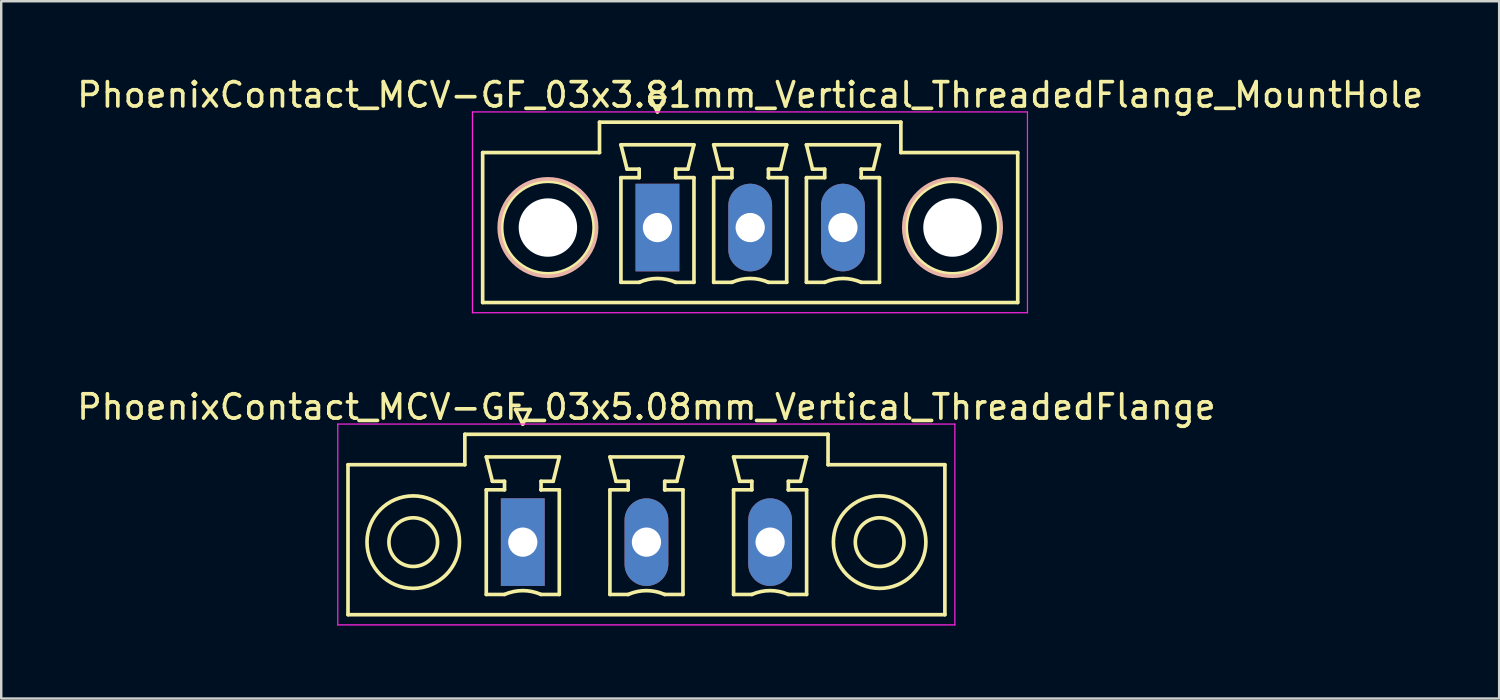
<source format=kicad_pcb>
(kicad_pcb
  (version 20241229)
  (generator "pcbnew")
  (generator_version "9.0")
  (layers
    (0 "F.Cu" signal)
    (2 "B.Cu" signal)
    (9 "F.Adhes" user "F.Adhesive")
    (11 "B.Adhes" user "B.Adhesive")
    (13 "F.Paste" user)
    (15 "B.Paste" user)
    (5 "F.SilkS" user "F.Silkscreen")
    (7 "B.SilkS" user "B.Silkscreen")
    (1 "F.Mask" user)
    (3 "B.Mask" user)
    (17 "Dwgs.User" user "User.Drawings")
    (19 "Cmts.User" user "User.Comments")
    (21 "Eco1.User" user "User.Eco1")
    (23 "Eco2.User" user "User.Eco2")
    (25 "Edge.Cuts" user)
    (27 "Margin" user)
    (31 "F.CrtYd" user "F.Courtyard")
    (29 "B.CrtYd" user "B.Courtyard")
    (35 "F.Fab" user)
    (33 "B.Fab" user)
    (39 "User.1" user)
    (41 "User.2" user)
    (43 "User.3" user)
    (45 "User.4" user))
  (footprint "PhoenixContact_MCV-GF_03x3.81mm_Vertical_ThreadedFlange_MountHole"
    (layer "F.Cu")
    (at 23.958 6.298)
    (property "Reference" "PhoenixContact_MCV-GF_03x3.81mm_Vertical_ThreadedFlange_MountHole" (at 3.81 -5.45 0) (layer "F.SilkS") (effects (font (size 1 1) (thickness 0.15))))
    (attr through_hole)
    (fp_line (start -7.18 -3.08) (end -7.18 3.08) (stroke (width 0.15) (type solid)) (layer "F.SilkS"))
    (fp_line (start -7.18 3.08) (end 14.8 3.08) (stroke (width 0.15) (type solid)) (layer "F.SilkS"))
    (fp_line (start -2.38 -4.33) (end -2.38 -3.08) (stroke (width 0.15) (type solid)) (layer "F.SilkS"))
    (fp_line (start -2.38 -3.08) (end -7.18 -3.08) (stroke (width 0.15) (type solid)) (layer "F.SilkS"))
    (fp_line (start -1.5 -3.4) (end 1.5 -3.4) (stroke (width 0.15) (type solid)) (layer "F.SilkS"))
    (fp_line (start -1.5 -2.05) (end -0.75 -2.05) (stroke (width 0.15) (type solid)) (layer "F.SilkS"))
    (fp_line (start -1.5 2.25) (end -1.5 -2.05) (stroke (width 0.15) (type solid)) (layer "F.SilkS"))
    (fp_line (start -1.25 -2.4) (end -1.5 -3.4) (stroke (width 0.15) (type solid)) (layer "F.SilkS"))
    (fp_line (start -0.75 -2.4) (end -1.25 -2.4) (stroke (width 0.15) (type solid)) (layer "F.SilkS"))
    (fp_line (start -0.75 -2.05) (end -0.75 -2.4) (stroke (width 0.15) (type solid)) (layer "F.SilkS"))
    (fp_line (start -0.75 2.25) (end -1.5 2.25) (stroke (width 0.15) (type solid)) (layer "F.SilkS"))
    (fp_line (start -0.3 -5.35) (end 0 -4.75) (stroke (width 0.15) (type solid)) (layer "F.SilkS"))
    (fp_line (start 0 -4.75) (end 0.3 -5.35) (stroke (width 0.15) (type solid)) (layer "F.SilkS"))
    (fp_line (start 0.3 -5.35) (end -0.3 -5.35) (stroke (width 0.15) (type solid)) (layer "F.SilkS"))
    (fp_line (start 0.75 -2.4) (end 0.75 -2.05) (stroke (width 0.15) (type solid)) (layer "F.SilkS"))
    (fp_line (start 0.75 -2.05) (end 0.75 -2.05) (stroke (width 0.15) (type solid)) (layer "F.SilkS"))
    (fp_line (start 0.75 -2.05) (end 1.5 -2.05) (stroke (width 0.15) (type solid)) (layer "F.SilkS"))
    (fp_line (start 1.25 -2.4) (end 0.75 -2.4) (stroke (width 0.15) (type solid)) (layer "F.SilkS"))
    (fp_line (start 1.5 -3.4) (end 1.25 -2.4) (stroke (width 0.15) (type solid)) (layer "F.SilkS"))
    (fp_line (start 1.5 -2.05) (end 1.5 2.25) (stroke (width 0.15) (type solid)) (layer "F.SilkS"))
    (fp_line (start 1.5 2.25) (end 0.75 2.25) (stroke (width 0.15) (type solid)) (layer "F.SilkS"))
    (fp_line (start 2.31 -3.4) (end 5.31 -3.4) (stroke (width 0.15) (type solid)) (layer "F.SilkS"))
    (fp_line (start 2.31 -2.05) (end 3.06 -2.05) (stroke (width 0.15) (type solid)) (layer "F.SilkS"))
    (fp_line (start 2.31 2.25) (end 2.31 -2.05) (stroke (width 0.15) (type solid)) (layer "F.SilkS"))
    (fp_line (start 2.56 -2.4) (end 2.31 -3.4) (stroke (width 0.15) (type solid)) (layer "F.SilkS"))
    (fp_line (start 3.06 -2.4) (end 2.56 -2.4) (stroke (width 0.15) (type solid)) (layer "F.SilkS"))
    (fp_line (start 3.06 -2.05) (end 3.06 -2.4) (stroke (width 0.15) (type solid)) (layer "F.SilkS"))
    (fp_line (start 3.06 2.25) (end 2.31 2.25) (stroke (width 0.15) (type solid)) (layer "F.SilkS"))
    (fp_line (start 4.56 -2.4) (end 4.56 -2.05) (stroke (width 0.15) (type solid)) (layer "F.SilkS"))
    (fp_line (start 4.56 -2.05) (end 4.56 -2.05) (stroke (width 0.15) (type solid)) (layer "F.SilkS"))
    (fp_line (start 4.56 -2.05) (end 5.31 -2.05) (stroke (width 0.15) (type solid)) (layer "F.SilkS"))
    (fp_line (start 5.06 -2.4) (end 4.56 -2.4) (stroke (width 0.15) (type solid)) (layer "F.SilkS"))
    (fp_line (start 5.31 -3.4) (end 5.06 -2.4) (stroke (width 0.15) (type solid)) (layer "F.SilkS"))
    (fp_line (start 5.31 -2.05) (end 5.31 2.25) (stroke (width 0.15) (type solid)) (layer "F.SilkS"))
    (fp_line (start 5.31 2.25) (end 4.56 2.25) (stroke (width 0.15) (type solid)) (layer "F.SilkS"))
    (fp_line (start 6.12 -3.4) (end 9.12 -3.4) (stroke (width 0.15) (type solid)) (layer "F.SilkS"))
    (fp_line (start 6.12 -2.05) (end 6.87 -2.05) (stroke (width 0.15) (type solid)) (layer "F.SilkS"))
    (fp_line (start 6.12 2.25) (end 6.12 -2.05) (stroke (width 0.15) (type solid)) (layer "F.SilkS"))
    (fp_line (start 6.37 -2.4) (end 6.12 -3.4) (stroke (width 0.15) (type solid)) (layer "F.SilkS"))
    (fp_line (start 6.87 -2.4) (end 6.37 -2.4) (stroke (width 0.15) (type solid)) (layer "F.SilkS"))
    (fp_line (start 6.87 -2.05) (end 6.87 -2.4) (stroke (width 0.15) (type solid)) (layer "F.SilkS"))
    (fp_line (start 6.87 2.25) (end 6.12 2.25) (stroke (width 0.15) (type solid)) (layer "F.SilkS"))
    (fp_line (start 8.37 -2.4) (end 8.37 -2.05) (stroke (width 0.15) (type solid)) (layer "F.SilkS"))
    (fp_line (start 8.37 -2.05) (end 8.37 -2.05) (stroke (width 0.15) (type solid)) (layer "F.SilkS"))
    (fp_line (start 8.37 -2.05) (end 9.12 -2.05) (stroke (width 0.15) (type solid)) (layer "F.SilkS"))
    (fp_line (start 8.87 -2.4) (end 8.37 -2.4) (stroke (width 0.15) (type solid)) (layer "F.SilkS"))
    (fp_line (start 9.12 -3.4) (end 8.87 -2.4) (stroke (width 0.15) (type solid)) (layer "F.SilkS"))
    (fp_line (start 9.12 -2.05) (end 9.12 2.25) (stroke (width 0.15) (type solid)) (layer "F.SilkS"))
    (fp_line (start 9.12 2.25) (end 8.37 2.25) (stroke (width 0.15) (type solid)) (layer "F.SilkS"))
    (fp_line (start 10 -4.33) (end -2.38 -4.33) (stroke (width 0.15) (type solid)) (layer "F.SilkS"))
    (fp_line (start 10 -3.08) (end 10 -4.33) (stroke (width 0.15) (type solid)) (layer "F.SilkS"))
    (fp_line (start 14.8 -3.08) (end 10 -3.08) (stroke (width 0.15) (type solid)) (layer "F.SilkS"))
    (fp_line (start 14.8 3.08) (end 14.8 -3.08) (stroke (width 0.15) (type solid)) (layer "F.SilkS"))
    (fp_arc (start -0.75 2.25) (mid -0.000193 2.09191) (end 0.749647 2.249844) (stroke (width 0.15) (type solid)) (layer "F.SilkS"))
    (fp_arc (start 3.06 2.25) (mid 3.809807 2.09191) (end 4.559647 2.249844) (stroke (width 0.15) (type solid)) (layer "F.SilkS"))
    (fp_arc (start 6.87 2.25) (mid 7.619807 2.09191) (end 8.369647 2.249844) (stroke (width 0.15) (type solid)) (layer "F.SilkS"))
    (fp_circle (center -4.5 0) (end -2.6 0) (stroke (width 0.15) (type solid)) (fill no) (layer "F.SilkS"))
    (fp_circle (center 12.12 0) (end 14.02 0) (stroke (width 0.15) (type solid)) (fill no) (layer "F.SilkS"))
    (fp_circle (center -4.5 0) (end -2.5 0) (stroke (width 0.15) (type solid)) (fill no) (layer "B.SilkS"))
    (fp_circle (center 12.12 0) (end 14.12 0) (stroke (width 0.15) (type solid)) (fill no) (layer "B.SilkS"))
    (fp_line (start -7.6 -4.75) (end -7.6 3.5) (stroke (width 0.05) (type solid)) (layer "F.CrtYd"))
    (fp_line (start -7.6 3.5) (end 15.2 3.5) (stroke (width 0.05) (type solid)) (layer "F.CrtYd"))
    (fp_line (start 15.2 -4.75) (end -7.6 -4.75) (stroke (width 0.05) (type solid)) (layer "F.CrtYd"))
    (fp_line (start 15.2 3.5) (end 15.2 -4.75) (stroke (width 0.05) (type solid)) (layer "F.CrtYd"))
    (pad "" np_thru_hole circle (at -4.5 0) (size 2.4 2.4) (drill 2.4) (layers "*.Cu" "*.Mask"))
    (pad "" np_thru_hole circle (at 12.12 0) (size 2.4 2.4) (drill 2.4) (layers "*.Cu" "*.Mask"))
    (pad "1" thru_hole rect (at 0 0) (size 1.8 3.6) (drill 1.2) (layers "*.Cu" "*.Mask"))
    (pad "2" thru_hole oval (at 3.81 0) (size 1.8 3.6) (drill 1.2) (layers "*.Cu" "*.Mask"))
    (pad "3" thru_hole oval (at 7.62 0) (size 1.8 3.6) (drill 1.2) (layers "*.Cu" "*.Mask")))
  (footprint "PhoenixContact_MCV-GF_03x5.08mm_Vertical_ThreadedFlange"
    (layer "F.Cu")
    (at 18.426 19.221)
    (property "Reference" "PhoenixContact_MCV-GF_03x5.08mm_Vertical_ThreadedFlange" (at 5.08 -5.55 0) (layer "F.SilkS") (effects (font (size 1 1) (thickness 0.15))))
    (attr through_hole)
    (fp_line (start -7.18 -3.18) (end -7.18 2.98) (stroke (width 0.15) (type solid)) (layer "F.SilkS"))
    (fp_line (start -7.18 2.98) (end 17.34 2.98) (stroke (width 0.15) (type solid)) (layer "F.SilkS"))
    (fp_line (start -2.38 -4.43) (end -2.38 -3.18) (stroke (width 0.15) (type solid)) (layer "F.SilkS"))
    (fp_line (start -2.38 -3.18) (end -7.18 -3.18) (stroke (width 0.15) (type solid)) (layer "F.SilkS"))
    (fp_line (start -1.5 -3.5) (end 1.5 -3.5) (stroke (width 0.15) (type solid)) (layer "F.SilkS"))
    (fp_line (start -1.5 -2.15) (end -0.75 -2.15) (stroke (width 0.15) (type solid)) (layer "F.SilkS"))
    (fp_line (start -1.5 2.15) (end -1.5 -2.15) (stroke (width 0.15) (type solid)) (layer "F.SilkS"))
    (fp_line (start -1.25 -2.5) (end -1.5 -3.5) (stroke (width 0.15) (type solid)) (layer "F.SilkS"))
    (fp_line (start -0.75 -2.5) (end -1.25 -2.5) (stroke (width 0.15) (type solid)) (layer "F.SilkS"))
    (fp_line (start -0.75 -2.15) (end -0.75 -2.5) (stroke (width 0.15) (type solid)) (layer "F.SilkS"))
    (fp_line (start -0.75 2.15) (end -1.5 2.15) (stroke (width 0.15) (type solid)) (layer "F.SilkS"))
    (fp_line (start -0.3 -5.45) (end 0 -4.85) (stroke (width 0.15) (type solid)) (layer "F.SilkS"))
    (fp_line (start 0 -4.85) (end 0.3 -5.45) (stroke (width 0.15) (type solid)) (layer "F.SilkS"))
    (fp_line (start 0.3 -5.45) (end -0.3 -5.45) (stroke (width 0.15) (type solid)) (layer "F.SilkS"))
    (fp_line (start 0.75 -2.5) (end 0.75 -2.15) (stroke (width 0.15) (type solid)) (layer "F.SilkS"))
    (fp_line (start 0.75 -2.15) (end 0.75 -2.15) (stroke (width 0.15) (type solid)) (layer "F.SilkS"))
    (fp_line (start 0.75 -2.15) (end 1.5 -2.15) (stroke (width 0.15) (type solid)) (layer "F.SilkS"))
    (fp_line (start 1.25 -2.5) (end 0.75 -2.5) (stroke (width 0.15) (type solid)) (layer "F.SilkS"))
    (fp_line (start 1.5 -3.5) (end 1.25 -2.5) (stroke (width 0.15) (type solid)) (layer "F.SilkS"))
    (fp_line (start 1.5 -2.15) (end 1.5 2.15) (stroke (width 0.15) (type solid)) (layer "F.SilkS"))
    (fp_line (start 1.5 2.15) (end 0.75 2.15) (stroke (width 0.15) (type solid)) (layer "F.SilkS"))
    (fp_line (start 3.58 -3.5) (end 6.58 -3.5) (stroke (width 0.15) (type solid)) (layer "F.SilkS"))
    (fp_line (start 3.58 -2.15) (end 4.33 -2.15) (stroke (width 0.15) (type solid)) (layer "F.SilkS"))
    (fp_line (start 3.58 2.15) (end 3.58 -2.15) (stroke (width 0.15) (type solid)) (layer "F.SilkS"))
    (fp_line (start 3.83 -2.5) (end 3.58 -3.5) (stroke (width 0.15) (type solid)) (layer "F.SilkS"))
    (fp_line (start 4.33 -2.5) (end 3.83 -2.5) (stroke (width 0.15) (type solid)) (layer "F.SilkS"))
    (fp_line (start 4.33 -2.15) (end 4.33 -2.5) (stroke (width 0.15) (type solid)) (layer "F.SilkS"))
    (fp_line (start 4.33 2.15) (end 3.58 2.15) (stroke (width 0.15) (type solid)) (layer "F.SilkS"))
    (fp_line (start 5.83 -2.5) (end 5.83 -2.15) (stroke (width 0.15) (type solid)) (layer "F.SilkS"))
    (fp_line (start 5.83 -2.15) (end 5.83 -2.15) (stroke (width 0.15) (type solid)) (layer "F.SilkS"))
    (fp_line (start 5.83 -2.15) (end 6.58 -2.15) (stroke (width 0.15) (type solid)) (layer "F.SilkS"))
    (fp_line (start 6.33 -2.5) (end 5.83 -2.5) (stroke (width 0.15) (type solid)) (layer "F.SilkS"))
    (fp_line (start 6.58 -3.5) (end 6.33 -2.5) (stroke (width 0.15) (type solid)) (layer "F.SilkS"))
    (fp_line (start 6.58 -2.15) (end 6.58 2.15) (stroke (width 0.15) (type solid)) (layer "F.SilkS"))
    (fp_line (start 6.58 2.15) (end 5.83 2.15) (stroke (width 0.15) (type solid)) (layer "F.SilkS"))
    (fp_line (start 8.66 -3.5) (end 11.66 -3.5) (stroke (width 0.15) (type solid)) (layer "F.SilkS"))
    (fp_line (start 8.66 -2.15) (end 9.41 -2.15) (stroke (width 0.15) (type solid)) (layer "F.SilkS"))
    (fp_line (start 8.66 2.15) (end 8.66 -2.15) (stroke (width 0.15) (type solid)) (layer "F.SilkS"))
    (fp_line (start 8.91 -2.5) (end 8.66 -3.5) (stroke (width 0.15) (type solid)) (layer "F.SilkS"))
    (fp_line (start 9.41 -2.5) (end 8.91 -2.5) (stroke (width 0.15) (type solid)) (layer "F.SilkS"))
    (fp_line (start 9.41 -2.15) (end 9.41 -2.5) (stroke (width 0.15) (type solid)) (layer "F.SilkS"))
    (fp_line (start 9.41 2.15) (end 8.66 2.15) (stroke (width 0.15) (type solid)) (layer "F.SilkS"))
    (fp_line (start 10.91 -2.5) (end 10.91 -2.15) (stroke (width 0.15) (type solid)) (layer "F.SilkS"))
    (fp_line (start 10.91 -2.15) (end 10.91 -2.15) (stroke (width 0.15) (type solid)) (layer "F.SilkS"))
    (fp_line (start 10.91 -2.15) (end 11.66 -2.15) (stroke (width 0.15) (type solid)) (layer "F.SilkS"))
    (fp_line (start 11.41 -2.5) (end 10.91 -2.5) (stroke (width 0.15) (type solid)) (layer "F.SilkS"))
    (fp_line (start 11.66 -3.5) (end 11.41 -2.5) (stroke (width 0.15) (type solid)) (layer "F.SilkS"))
    (fp_line (start 11.66 -2.15) (end 11.66 2.15) (stroke (width 0.15) (type solid)) (layer "F.SilkS"))
    (fp_line (start 11.66 2.15) (end 10.91 2.15) (stroke (width 0.15) (type solid)) (layer "F.SilkS"))
    (fp_line (start 12.54 -4.43) (end -2.38 -4.43) (stroke (width 0.15) (type solid)) (layer "F.SilkS"))
    (fp_line (start 12.54 -3.18) (end 12.54 -4.43) (stroke (width 0.15) (type solid)) (layer "F.SilkS"))
    (fp_line (start 17.34 -3.18) (end 12.54 -3.18) (stroke (width 0.15) (type solid)) (layer "F.SilkS"))
    (fp_line (start 17.34 2.98) (end 17.34 -3.18) (stroke (width 0.15) (type solid)) (layer "F.SilkS"))
    (fp_arc (start -0.75 2.15) (mid -0.000193 1.99191) (end 0.749647 2.149844) (stroke (width 0.15) (type solid)) (layer "F.SilkS"))
    (fp_arc (start 4.33 2.15) (mid 5.079807 1.99191) (end 5.829647 2.149844) (stroke (width 0.15) (type solid)) (layer "F.SilkS"))
    (fp_arc (start 9.41 2.15) (mid 10.159807 1.99191) (end 10.909647 2.149844) (stroke (width 0.15) (type solid)) (layer "F.SilkS"))
    (fp_circle (center -4.5 0) (end -3.5 0) (stroke (width 0.15) (type solid)) (fill no) (layer "F.SilkS"))
    (fp_circle (center -4.5 0) (end -2.6 0) (stroke (width 0.15) (type solid)) (fill no) (layer "F.SilkS"))
    (fp_circle (center 14.66 0) (end 15.66 0) (stroke (width 0.15) (type solid)) (fill no) (layer "F.SilkS"))
    (fp_circle (center 14.66 0) (end 16.56 0) (stroke (width 0.15) (type solid)) (fill no) (layer "F.SilkS"))
    (fp_line (start -7.6 -4.85) (end -7.6 3.4) (stroke (width 0.05) (type solid)) (layer "F.CrtYd"))
    (fp_line (start -7.6 3.4) (end 17.75 3.4) (stroke (width 0.05) (type solid)) (layer "F.CrtYd"))
    (fp_line (start 17.75 -4.85) (end -7.6 -4.85) (stroke (width 0.05) (type solid)) (layer "F.CrtYd"))
    (fp_line (start 17.75 3.4) (end 17.75 -4.85) (stroke (width 0.05) (type solid)) (layer "F.CrtYd"))
    (pad "1" thru_hole rect (at 0 0) (size 1.8 3.6) (drill 1.2) (layers "*.Cu" "*.Mask"))
    (pad "2" thru_hole oval (at 5.08 0) (size 1.8 3.6) (drill 1.2) (layers "*.Cu" "*.Mask"))
    (pad "3" thru_hole oval (at 10.16 0) (size 1.8 3.6) (drill 1.2) (layers "*.Cu" "*.Mask")))
  (gr_rect
    (start -3 -3)
    (end 58.536 25.646)
    (stroke (width 0.1) (type default))
    (fill no)
    (layer "Edge.Cuts")))
</source>
